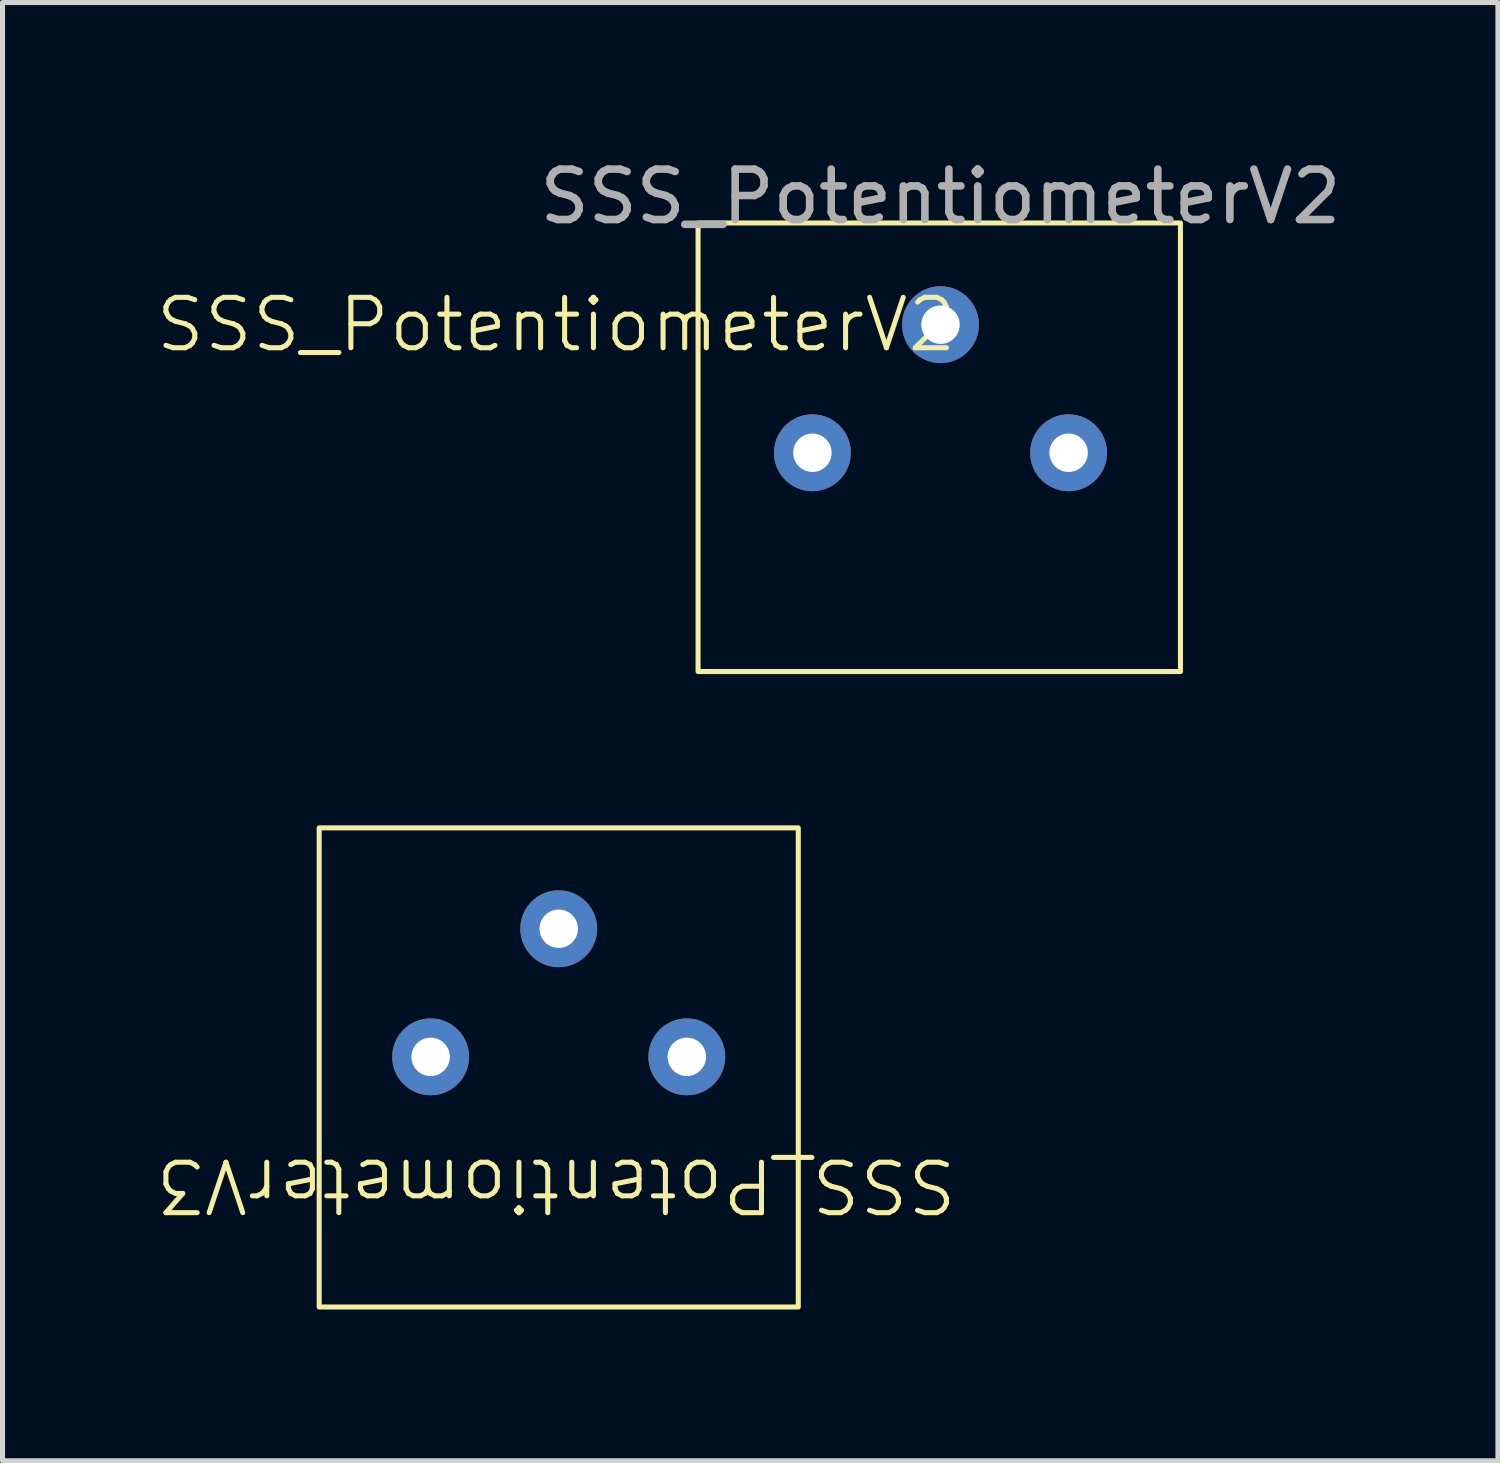
<source format=kicad_pcb>
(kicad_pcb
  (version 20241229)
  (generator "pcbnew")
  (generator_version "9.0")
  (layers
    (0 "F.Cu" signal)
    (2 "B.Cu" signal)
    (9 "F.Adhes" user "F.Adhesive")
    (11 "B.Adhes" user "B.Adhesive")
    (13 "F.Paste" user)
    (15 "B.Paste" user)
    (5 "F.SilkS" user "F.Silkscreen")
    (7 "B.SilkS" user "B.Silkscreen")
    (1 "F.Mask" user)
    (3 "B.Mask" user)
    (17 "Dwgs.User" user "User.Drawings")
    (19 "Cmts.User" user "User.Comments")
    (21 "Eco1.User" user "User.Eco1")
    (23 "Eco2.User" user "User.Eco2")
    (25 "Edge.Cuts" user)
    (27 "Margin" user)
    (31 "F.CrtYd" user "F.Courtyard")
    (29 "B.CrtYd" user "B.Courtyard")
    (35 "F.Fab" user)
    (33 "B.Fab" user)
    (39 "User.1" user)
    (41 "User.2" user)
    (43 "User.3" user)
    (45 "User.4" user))
  (footprint "SSS_PotentiometerV3"
    (layer "F.Cu")
    (at 8.029 15.366)
    (property "Reference" "SSS_PotentiometerV3" (at -0.051 5.087 180) (unlocked yes) (layer "F.SilkS") (effects (font (size 1 1) (thickness 0.1))))
    (attr through_hole)
    (fp_rect (start -4.75 -2) (end 4.75 7.5) (stroke (width 0.1) (type default)) (fill no) (layer "F.SilkS"))
    (pad "1" thru_hole circle (at -2.54 2.54) (size 1.524 1.524) (drill 0.762) (layers "*.Cu" "*.Mask"))
    (pad "2" thru_hole circle (at 0 0) (size 1.524 1.524) (drill 0.762) (layers "*.Cu" "*.Mask"))
    (pad "3" thru_hole circle (at 2.54 2.54) (size 1.524 1.524) (drill 0.762) (layers "*.Cu" "*.Mask")))
  (footprint "SSS_PotentiometerV2"
    (layer "F.Cu")
    (at 15.599 3.388)
    (property "Reference" "SSS_PotentiometerV2" (at -7.62 0 0) (unlocked yes) (layer "F.SilkS") (effects (font (size 1 1) (thickness 0.1))))
    (attr through_hole)
    (fp_rect (start 4.758 -2.017) (end -4.807 6.878) (stroke (width 0.1) (type default)) (fill no) (layer "F.SilkS"))
    (fp_text user "${REFERENCE}" (at 0 -2.54 0) (unlocked yes) (layer "F.Fab") (effects (font (size 1 1) (thickness 0.15))))
    (pad "1" thru_hole circle (at -2.54 2.54) (size 1.524 1.524) (drill 0.762) (layers "*.Cu" "*.Mask"))
    (pad "2" thru_hole circle (at 0 0) (size 1.524 1.524) (drill 0.762) (layers "*.Cu" "*.Mask"))
    (pad "3" thru_hole circle (at 2.54 2.54) (size 1.524 1.524) (drill 0.762) (layers "*.Cu" "*.Mask")))
  (gr_rect
    (start -3 -3)
    (end 26.652 25.916)
    (stroke (width 0.1) (type default))
    (fill no)
    (layer "Edge.Cuts")))
</source>
